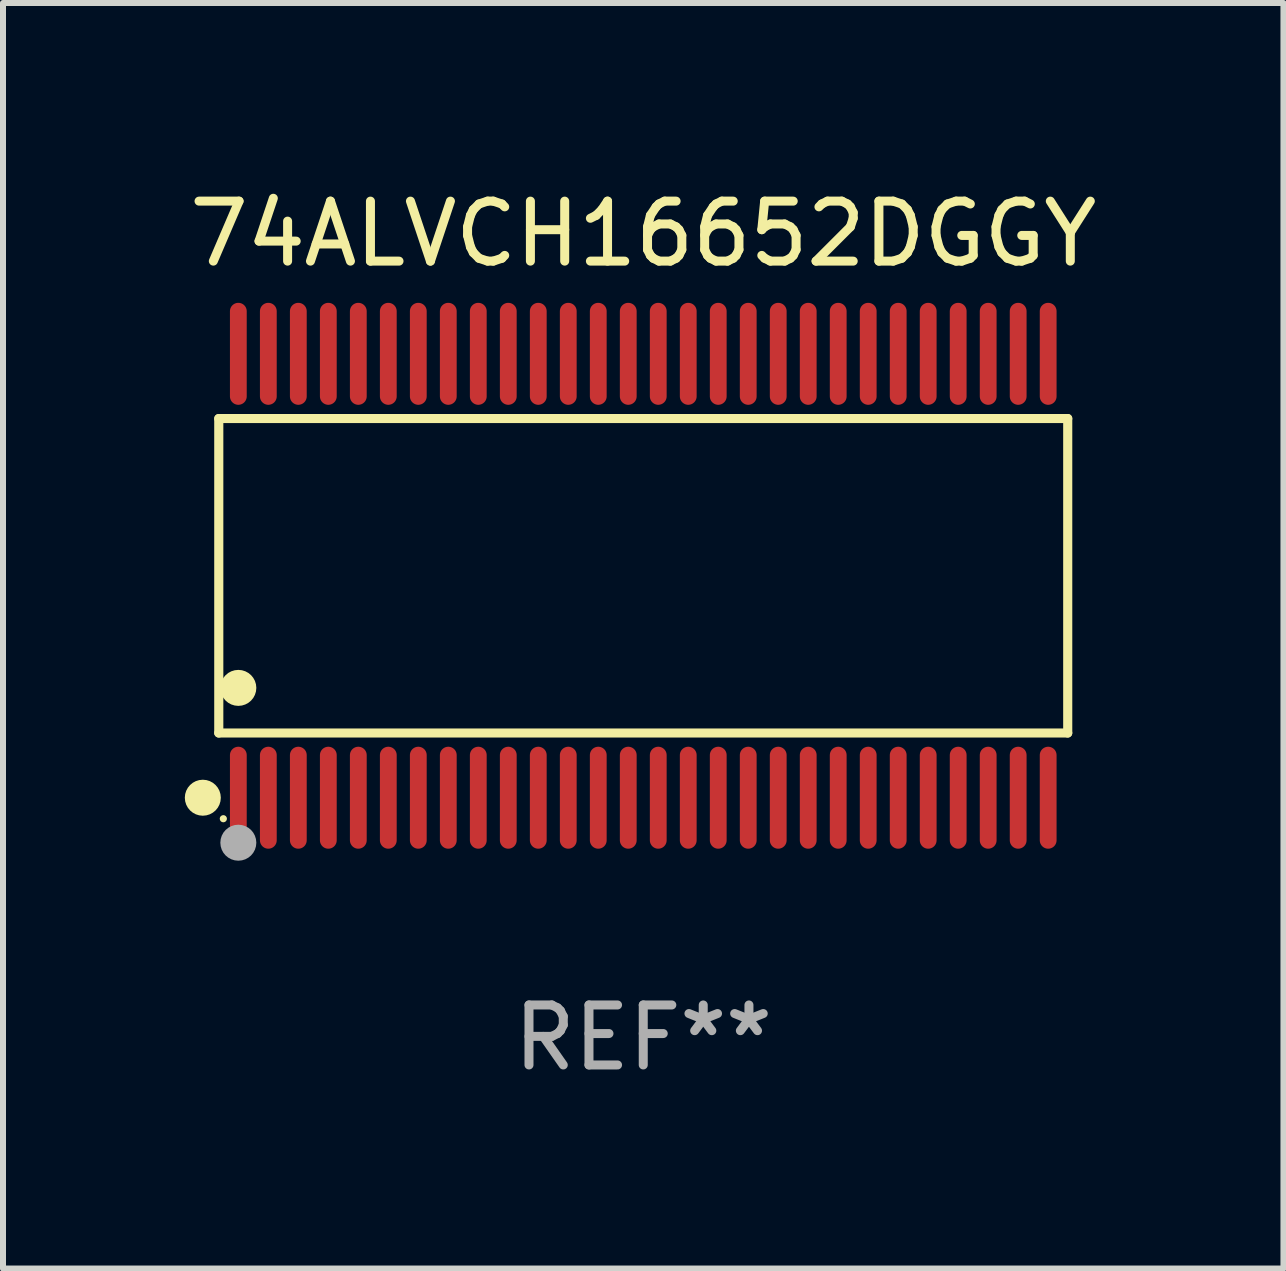
<source format=kicad_pcb>
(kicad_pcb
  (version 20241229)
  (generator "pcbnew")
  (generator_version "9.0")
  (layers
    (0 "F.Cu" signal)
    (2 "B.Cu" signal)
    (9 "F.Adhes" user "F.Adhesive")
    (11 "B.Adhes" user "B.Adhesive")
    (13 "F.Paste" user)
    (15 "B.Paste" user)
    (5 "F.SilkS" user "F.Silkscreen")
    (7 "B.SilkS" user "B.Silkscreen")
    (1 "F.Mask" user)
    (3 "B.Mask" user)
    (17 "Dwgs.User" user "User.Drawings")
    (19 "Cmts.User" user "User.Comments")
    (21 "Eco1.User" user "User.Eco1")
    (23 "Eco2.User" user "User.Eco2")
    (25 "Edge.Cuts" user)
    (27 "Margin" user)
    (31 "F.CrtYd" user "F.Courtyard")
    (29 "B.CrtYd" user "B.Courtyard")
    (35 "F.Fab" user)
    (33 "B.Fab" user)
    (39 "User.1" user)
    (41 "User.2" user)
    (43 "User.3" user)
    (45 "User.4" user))
  (footprint "74ALVCH16652DGGY"
    (layer "F.Cu")
    (at 7.673 6.548)
    (property "Reference" "74ALVCH16652DGGY" (at 0 -5.7 0) (layer "F.SilkS") (effects (font (size 1 1) (thickness 0.15))))
    (attr through_hole)
    (fp_line (start -7.076 -2.621) (end 7.076 -2.621) (stroke (width 0.152) (type solid)) (layer "F.SilkS"))
    (fp_line (start -7.076 2.621) (end -7.076 -2.621) (stroke (width 0.152) (type solid)) (layer "F.SilkS"))
    (fp_line (start 7.076 -2.621) (end 7.076 2.621) (stroke (width 0.152) (type solid)) (layer "F.SilkS"))
    (fp_line (start 7.076 2.621) (end -7.076 2.621) (stroke (width 0.152) (type solid)) (layer "F.SilkS"))
    (fp_circle (center -7.342 3.7) (end -7.192 3.7) (stroke (width 0.3) (type solid)) (fill no) (layer "F.SilkS"))
    (fp_circle (center -7 4.05) (end -6.97 4.05) (stroke (width 0.06) (type solid)) (fill no) (layer "F.SilkS"))
    (fp_circle (center -6.75 1.869) (end -6.6 1.869) (stroke (width 0.3) (type solid)) (fill no) (layer "F.SilkS"))
    (fp_circle (center -6.75 4.45) (end -6.6 4.45) (stroke (width 0.3) (type solid)) (fill no) (layer "F.Fab"))
    (fp_text user "REF**" (at 0 7.7 0) (layer "F.Fab") (effects (font (size 1 1) (thickness 0.15))))
    (pad "1" smd oval (at -6.75 3.7) (size 0.28 1.7) (layers "F.Cu" "F.Mask" "F.Paste"))
    (pad "2" smd oval (at -6.25 3.7) (size 0.28 1.7) (layers "F.Cu" "F.Mask" "F.Paste"))
    (pad "3" smd oval (at -5.75 3.7) (size 0.28 1.7) (layers "F.Cu" "F.Mask" "F.Paste"))
    (pad "4" smd oval (at -5.25 3.7) (size 0.28 1.7) (layers "F.Cu" "F.Mask" "F.Paste"))
    (pad "5" smd oval (at -4.75 3.7) (size 0.28 1.7) (layers "F.Cu" "F.Mask" "F.Paste"))
    (pad "6" smd oval (at -4.25 3.7) (size 0.28 1.7) (layers "F.Cu" "F.Mask" "F.Paste"))
    (pad "7" smd oval (at -3.75 3.7) (size 0.28 1.7) (layers "F.Cu" "F.Mask" "F.Paste"))
    (pad "8" smd oval (at -3.25 3.7) (size 0.28 1.7) (layers "F.Cu" "F.Mask" "F.Paste"))
    (pad "9" smd oval (at -2.75 3.7) (size 0.28 1.7) (layers "F.Cu" "F.Mask" "F.Paste"))
    (pad "10" smd oval (at -2.25 3.7) (size 0.28 1.7) (layers "F.Cu" "F.Mask" "F.Paste"))
    (pad "11" smd oval (at -1.75 3.7) (size 0.28 1.7) (layers "F.Cu" "F.Mask" "F.Paste"))
    (pad "12" smd oval (at -1.25 3.7) (size 0.28 1.7) (layers "F.Cu" "F.Mask" "F.Paste"))
    (pad "13" smd oval (at -0.75 3.7) (size 0.28 1.7) (layers "F.Cu" "F.Mask" "F.Paste"))
    (pad "14" smd oval (at -0.25 3.7) (size 0.28 1.7) (layers "F.Cu" "F.Mask" "F.Paste"))
    (pad "15" smd oval (at 0.25 3.7) (size 0.28 1.7) (layers "F.Cu" "F.Mask" "F.Paste"))
    (pad "16" smd oval (at 0.75 3.7) (size 0.28 1.7) (layers "F.Cu" "F.Mask" "F.Paste"))
    (pad "17" smd oval (at 1.25 3.7) (size 0.28 1.7) (layers "F.Cu" "F.Mask" "F.Paste"))
    (pad "18" smd oval (at 1.75 3.7) (size 0.28 1.7) (layers "F.Cu" "F.Mask" "F.Paste"))
    (pad "19" smd oval (at 2.25 3.7) (size 0.28 1.7) (layers "F.Cu" "F.Mask" "F.Paste"))
    (pad "20" smd oval (at 2.75 3.7) (size 0.28 1.7) (layers "F.Cu" "F.Mask" "F.Paste"))
    (pad "21" smd oval (at 3.25 3.7) (size 0.28 1.7) (layers "F.Cu" "F.Mask" "F.Paste"))
    (pad "22" smd oval (at 3.75 3.7) (size 0.28 1.7) (layers "F.Cu" "F.Mask" "F.Paste"))
    (pad "23" smd oval (at 4.25 3.7) (size 0.28 1.7) (layers "F.Cu" "F.Mask" "F.Paste"))
    (pad "24" smd oval (at 4.75 3.7) (size 0.28 1.7) (layers "F.Cu" "F.Mask" "F.Paste"))
    (pad "25" smd oval (at 5.25 3.7) (size 0.28 1.7) (layers "F.Cu" "F.Mask" "F.Paste"))
    (pad "26" smd oval (at 5.75 3.7) (size 0.28 1.7) (layers "F.Cu" "F.Mask" "F.Paste"))
    (pad "27" smd oval (at 6.25 3.7) (size 0.28 1.7) (layers "F.Cu" "F.Mask" "F.Paste"))
    (pad "28" smd oval (at 6.75 3.7) (size 0.28 1.7) (layers "F.Cu" "F.Mask" "F.Paste"))
    (pad "29" smd oval (at 6.75 -3.7) (size 0.28 1.7) (layers "F.Cu" "F.Mask" "F.Paste"))
    (pad "30" smd oval (at 6.25 -3.7) (size 0.28 1.7) (layers "F.Cu" "F.Mask" "F.Paste"))
    (pad "31" smd oval (at 5.75 -3.7) (size 0.28 1.7) (layers "F.Cu" "F.Mask" "F.Paste"))
    (pad "32" smd oval (at 5.25 -3.7) (size 0.28 1.7) (layers "F.Cu" "F.Mask" "F.Paste"))
    (pad "33" smd oval (at 4.75 -3.7) (size 0.28 1.7) (layers "F.Cu" "F.Mask" "F.Paste"))
    (pad "34" smd oval (at 4.25 -3.7) (size 0.28 1.7) (layers "F.Cu" "F.Mask" "F.Paste"))
    (pad "35" smd oval (at 3.75 -3.7) (size 0.28 1.7) (layers "F.Cu" "F.Mask" "F.Paste"))
    (pad "36" smd oval (at 3.25 -3.7) (size 0.28 1.7) (layers "F.Cu" "F.Mask" "F.Paste"))
    (pad "37" smd oval (at 2.75 -3.7) (size 0.28 1.7) (layers "F.Cu" "F.Mask" "F.Paste"))
    (pad "38" smd oval (at 2.25 -3.7) (size 0.28 1.7) (layers "F.Cu" "F.Mask" "F.Paste"))
    (pad "39" smd oval (at 1.75 -3.7) (size 0.28 1.7) (layers "F.Cu" "F.Mask" "F.Paste"))
    (pad "40" smd oval (at 1.25 -3.7) (size 0.28 1.7) (layers "F.Cu" "F.Mask" "F.Paste"))
    (pad "41" smd oval (at 0.75 -3.7) (size 0.28 1.7) (layers "F.Cu" "F.Mask" "F.Paste"))
    (pad "42" smd oval (at 0.25 -3.7) (size 0.28 1.7) (layers "F.Cu" "F.Mask" "F.Paste"))
    (pad "43" smd oval (at -0.25 -3.7) (size 0.28 1.7) (layers "F.Cu" "F.Mask" "F.Paste"))
    (pad "44" smd oval (at -0.75 -3.7) (size 0.28 1.7) (layers "F.Cu" "F.Mask" "F.Paste"))
    (pad "45" smd oval (at -1.25 -3.7) (size 0.28 1.7) (layers "F.Cu" "F.Mask" "F.Paste"))
    (pad "46" smd oval (at -1.75 -3.7) (size 0.28 1.7) (layers "F.Cu" "F.Mask" "F.Paste"))
    (pad "47" smd oval (at -2.25 -3.7) (size 0.28 1.7) (layers "F.Cu" "F.Mask" "F.Paste"))
    (pad "48" smd oval (at -2.75 -3.7) (size 0.28 1.7) (layers "F.Cu" "F.Mask" "F.Paste"))
    (pad "49" smd oval (at -3.25 -3.7) (size 0.28 1.7) (layers "F.Cu" "F.Mask" "F.Paste"))
    (pad "50" smd oval (at -3.75 -3.7) (size 0.28 1.7) (layers "F.Cu" "F.Mask" "F.Paste"))
    (pad "51" smd oval (at -4.25 -3.7) (size 0.28 1.7) (layers "F.Cu" "F.Mask" "F.Paste"))
    (pad "52" smd oval (at -4.75 -3.7) (size 0.28 1.7) (layers "F.Cu" "F.Mask" "F.Paste"))
    (pad "53" smd oval (at -5.25 -3.7) (size 0.28 1.7) (layers "F.Cu" "F.Mask" "F.Paste"))
    (pad "54" smd oval (at -5.75 -3.7) (size 0.28 1.7) (layers "F.Cu" "F.Mask" "F.Paste"))
    (pad "55" smd oval (at -6.25 -3.7) (size 0.28 1.7) (layers "F.Cu" "F.Mask" "F.Paste"))
    (pad "56" smd oval (at -6.75 -3.7) (size 0.28 1.7) (layers "F.Cu" "F.Mask" "F.Paste")))
  (gr_rect
    (start -3 -3)
    (end 18.345 18.097)
    (stroke (width 0.1) (type default))
    (fill no)
    (layer "Edge.Cuts")))
</source>
